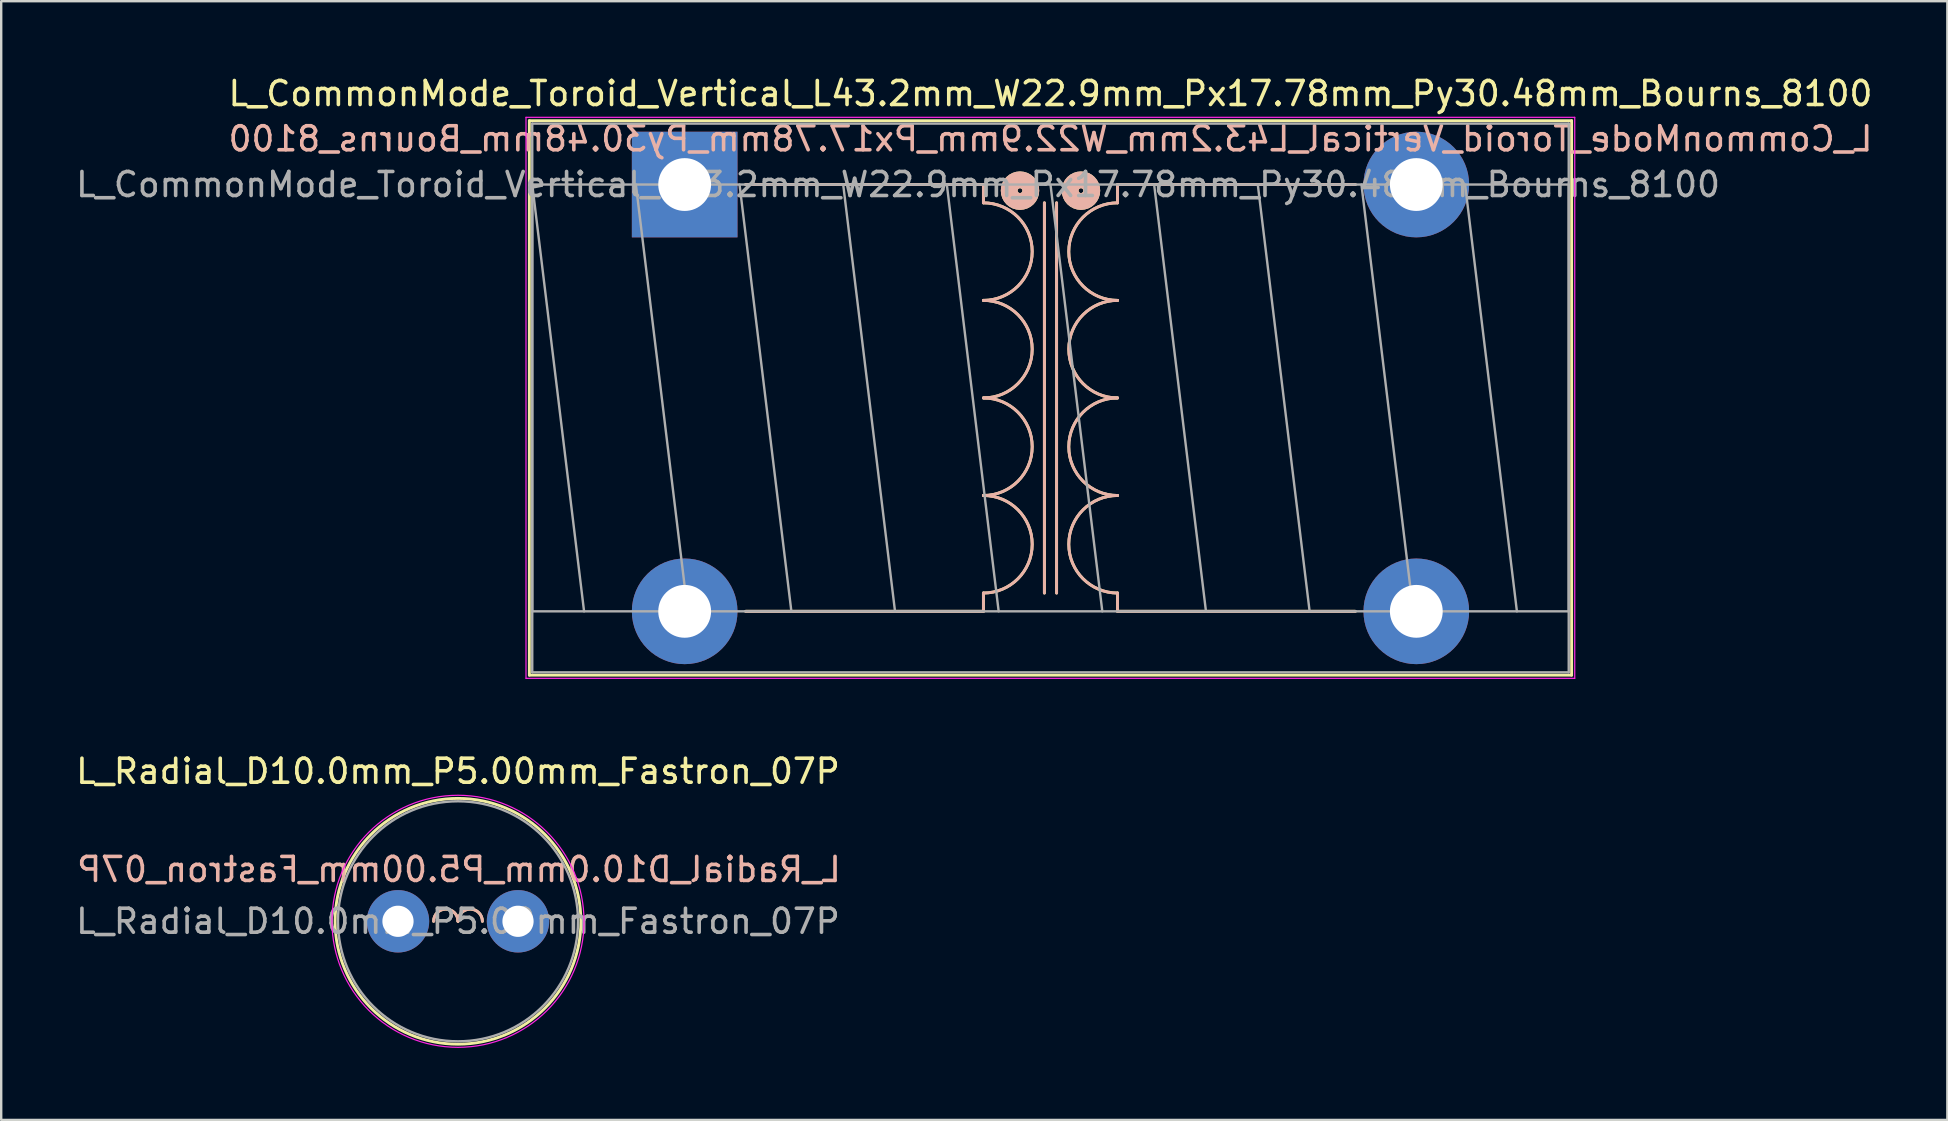
<source format=kicad_pcb>
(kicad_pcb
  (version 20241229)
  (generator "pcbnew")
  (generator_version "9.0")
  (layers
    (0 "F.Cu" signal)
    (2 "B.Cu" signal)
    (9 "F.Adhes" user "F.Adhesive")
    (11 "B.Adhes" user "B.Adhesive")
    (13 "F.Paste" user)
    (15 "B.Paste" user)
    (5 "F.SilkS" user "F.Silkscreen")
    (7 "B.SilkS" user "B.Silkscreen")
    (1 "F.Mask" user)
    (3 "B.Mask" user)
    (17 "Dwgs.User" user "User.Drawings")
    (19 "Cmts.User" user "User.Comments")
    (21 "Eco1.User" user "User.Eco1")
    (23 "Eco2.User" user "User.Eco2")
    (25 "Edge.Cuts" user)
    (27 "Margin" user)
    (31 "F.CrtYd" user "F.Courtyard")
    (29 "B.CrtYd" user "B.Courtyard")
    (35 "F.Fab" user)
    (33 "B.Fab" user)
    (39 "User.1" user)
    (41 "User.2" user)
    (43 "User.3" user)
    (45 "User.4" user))
  (footprint "L_Radial_D10.0mm_P5.00mm_Fastron_07P"
    (layer "F.Cu")
    (at 13.53 35.331)
    (property "Reference" "L_Radial_D10.0mm_P5.00mm_Fastron_07P" (at 2.5 -6.25 0) (layer "F.SilkS") (effects (font (size 1 1) (thickness 0.15))))
    (fp_arc (start 1.484 0) (mid 1.992 -0.508) (end 2.5 0) (stroke (width 0.12) (type solid)) (layer "F.SilkS"))
    (fp_arc (start 2.5 0) (mid 3.008 -0.508) (end 3.516 0) (stroke (width 0.12) (type solid)) (layer "F.SilkS"))
    (fp_circle (center 2.5 0) (end 7.62 0) (stroke (width 0.12) (type solid)) (fill no) (layer "F.SilkS"))
    (fp_arc (start 1.484 0) (mid 1.992 -0.508) (end 2.5 0) (stroke (width 0.12) (type solid)) (layer "B.SilkS"))
    (fp_arc (start 2.5 0) (mid 3.008 -0.508) (end 3.516 0) (stroke (width 0.12) (type solid)) (layer "B.SilkS"))
    (fp_circle (center 2.5 0) (end 7.75 0) (stroke (width 0.05) (type solid)) (fill no) (layer "F.CrtYd"))
    (fp_circle (center 2.5 0) (end 7.5 0) (stroke (width 0.1) (type solid)) (fill no) (layer "F.Fab"))
    (fp_text user "${REFERENCE}" (at 2.54 -2.159 0) (layer "B.SilkS") (effects (font (size 1 1) (thickness 0.15)) (justify mirror)))
    (fp_text user "${REFERENCE}" (at 2.5 0 0) (layer "F.Fab") (effects (font (size 1 1) (thickness 0.15))))
    (pad "1" thru_hole circle (at 0 0) (size 2.6 2.6) (drill 1.3) (layers "*.Cu" "*.Mask"))
    (pad "2" thru_hole circle (at 5 0) (size 2.6 2.6) (drill 1.3) (layers "*.Cu" "*.Mask")))
  (footprint "L_CommonMode_Toroid_Vertical_L43.2mm_W22.9mm_Px17.78mm_Py30.48mm_Bourns_8100"
    (layer "F.Cu")
    (at 25.473 4.638)
    (property "Reference" "L_CommonMode_Toroid_Vertical_L43.2mm_W22.9mm_Px17.78mm_Py30.48mm_Bourns_8100" (at 15.24 -3.79 0) (layer "F.SilkS") (effects (font (size 1 1) (thickness 0.15))))
    (fp_line (start -6.47 -2.66) (end -6.47 20.44) (stroke (width 0.12) (type solid)) (layer "F.SilkS"))
    (fp_line (start -6.47 -2.66) (end 36.95 -2.66) (stroke (width 0.12) (type solid)) (layer "F.SilkS"))
    (fp_line (start -6.47 20.44) (end 36.95 20.44) (stroke (width 0.12) (type solid)) (layer "F.SilkS"))
    (fp_line (start 12.446 0) (end 2.54 0) (stroke (width 0.12) (type solid)) (layer "F.SilkS"))
    (fp_line (start 12.446 0.762) (end 12.446 0) (stroke (width 0.12) (type solid)) (layer "F.SilkS"))
    (fp_line (start 12.446 17.78) (end 2.54 17.78) (stroke (width 0.12) (type solid)) (layer "F.SilkS"))
    (fp_line (start 12.446 17.78) (end 12.446 17.018) (stroke (width 0.12) (type solid)) (layer "F.SilkS"))
    (fp_line (start 14.986 17.018) (end 14.986 0.762) (stroke (width 0.12) (type solid)) (layer "F.SilkS"))
    (fp_line (start 15.494 17.018) (end 15.494 0.762) (stroke (width 0.12) (type solid)) (layer "F.SilkS"))
    (fp_line (start 18.034 0) (end 18.034 0.762) (stroke (width 0.12) (type solid)) (layer "F.SilkS"))
    (fp_line (start 18.034 0) (end 27.94 0) (stroke (width 0.12) (type solid)) (layer "F.SilkS"))
    (fp_line (start 18.034 17.018) (end 18.034 17.78) (stroke (width 0.12) (type solid)) (layer "F.SilkS"))
    (fp_line (start 18.034 17.78) (end 27.94 17.78) (stroke (width 0.12) (type solid)) (layer "F.SilkS"))
    (fp_line (start 36.95 -2.66) (end 36.95 20.44) (stroke (width 0.12) (type solid)) (layer "F.SilkS"))
    (fp_arc (start 12.446 0.762) (mid 14.478 2.794) (end 12.446 4.826) (stroke (width 0.12) (type solid)) (layer "F.SilkS"))
    (fp_arc (start 12.446 4.826) (mid 14.478 6.858) (end 12.446 8.89) (stroke (width 0.12) (type solid)) (layer "F.SilkS"))
    (fp_arc (start 12.446 8.89) (mid 14.478 10.922) (end 12.446 12.954) (stroke (width 0.12) (type solid)) (layer "F.SilkS"))
    (fp_arc (start 12.446 12.954) (mid 14.478 14.986) (end 12.446 17.018) (stroke (width 0.12) (type solid)) (layer "F.SilkS"))
    (fp_arc (start 18.034 4.826) (mid 16.002 2.794) (end 18.034 0.762) (stroke (width 0.12) (type solid)) (layer "F.SilkS"))
    (fp_arc (start 18.034 8.89) (mid 16.002 6.858) (end 18.034 4.826) (stroke (width 0.12) (type solid)) (layer "F.SilkS"))
    (fp_arc (start 18.034 12.954) (mid 16.002 10.922) (end 18.034 8.89) (stroke (width 0.12) (type solid)) (layer "F.SilkS"))
    (fp_arc (start 18.034 17.018) (mid 16.002 14.986) (end 18.034 12.954) (stroke (width 0.12) (type solid)) (layer "F.SilkS"))
    (fp_circle (center 13.97 0.254) (end 14.07 0.254) (stroke (width 0.7) (type solid)) (fill no) (layer "F.SilkS"))
    (fp_circle (center 16.51 0.254) (end 16.61 0.254) (stroke (width 0.7) (type solid)) (fill no) (layer "F.SilkS"))
    (fp_line (start 12.446 0) (end 2.54 0) (stroke (width 0.12) (type solid)) (layer "B.SilkS"))
    (fp_line (start 12.446 0) (end 12.446 0.762) (stroke (width 0.12) (type solid)) (layer "B.SilkS"))
    (fp_line (start 12.446 17.018) (end 12.446 17.78) (stroke (width 0.12) (type solid)) (layer "B.SilkS"))
    (fp_line (start 12.446 17.78) (end 2.54 17.78) (stroke (width 0.12) (type solid)) (layer "B.SilkS"))
    (fp_line (start 14.986 17.018) (end 14.986 0.762) (stroke (width 0.12) (type solid)) (layer "B.SilkS"))
    (fp_line (start 15.494 17.018) (end 15.494 0.762) (stroke (width 0.12) (type solid)) (layer "B.SilkS"))
    (fp_line (start 18.034 0) (end 27.94 0) (stroke (width 0.12) (type solid)) (layer "B.SilkS"))
    (fp_line (start 18.034 0.762) (end 18.034 0) (stroke (width 0.12) (type solid)) (layer "B.SilkS"))
    (fp_line (start 18.034 17.78) (end 18.034 17.018) (stroke (width 0.12) (type solid)) (layer "B.SilkS"))
    (fp_line (start 18.034 17.78) (end 27.94 17.78) (stroke (width 0.12) (type solid)) (layer "B.SilkS"))
    (fp_arc (start 12.446 0.762) (mid 14.478 2.794) (end 12.446 4.826) (stroke (width 0.12) (type solid)) (layer "B.SilkS"))
    (fp_arc (start 12.446 4.826) (mid 14.478 6.858) (end 12.446 8.89) (stroke (width 0.12) (type solid)) (layer "B.SilkS"))
    (fp_arc (start 12.446 8.89) (mid 14.478 10.922) (end 12.446 12.954) (stroke (width 0.12) (type solid)) (layer "B.SilkS"))
    (fp_arc (start 12.446 12.954) (mid 14.478 14.986) (end 12.446 17.018) (stroke (width 0.12) (type solid)) (layer "B.SilkS"))
    (fp_arc (start 18.034 4.826) (mid 16.002 2.794) (end 18.034 0.762) (stroke (width 0.12) (type solid)) (layer "B.SilkS"))
    (fp_arc (start 18.034 8.89) (mid 16.002 6.858) (end 18.034 4.826) (stroke (width 0.12) (type solid)) (layer "B.SilkS"))
    (fp_arc (start 18.034 12.954) (mid 16.002 10.922) (end 18.034 8.89) (stroke (width 0.12) (type solid)) (layer "B.SilkS"))
    (fp_arc (start 18.034 17.018) (mid 16.002 14.986) (end 18.034 12.954) (stroke (width 0.12) (type solid)) (layer "B.SilkS"))
    (fp_circle (center 13.97 0.254) (end 13.87 0.254) (stroke (width 0.7) (type solid)) (fill no) (layer "B.SilkS"))
    (fp_circle (center 16.51 0.254) (end 16.41 0.254) (stroke (width 0.7) (type solid)) (fill no) (layer "B.SilkS"))
    (fp_line (start -6.61 -2.8) (end -6.61 20.57) (stroke (width 0.05) (type solid)) (layer "F.CrtYd"))
    (fp_line (start -6.61 20.57) (end 37.08 20.57) (stroke (width 0.05) (type solid)) (layer "F.CrtYd"))
    (fp_line (start 37.08 -2.8) (end -6.61 -2.8) (stroke (width 0.05) (type solid)) (layer "F.CrtYd"))
    (fp_line (start 37.08 20.57) (end 37.08 -2.8) (stroke (width 0.05) (type solid)) (layer "F.CrtYd"))
    (fp_line (start -6.35 -2.54) (end -6.35 20.32) (stroke (width 0.1) (type solid)) (layer "F.Fab"))
    (fp_line (start -6.35 0) (end -6.35 17.78) (stroke (width 0.1) (type solid)) (layer "F.Fab"))
    (fp_line (start -6.35 0) (end -4.191 17.78) (stroke (width 0.1) (type solid)) (layer "F.Fab"))
    (fp_line (start -6.35 17.78) (end 36.83 17.78) (stroke (width 0.1) (type solid)) (layer "F.Fab"))
    (fp_line (start -6.35 20.32) (end 36.83 20.32) (stroke (width 0.1) (type solid)) (layer "F.Fab"))
    (fp_line (start -2.032 0) (end 0.127 17.78) (stroke (width 0.1) (type solid)) (layer "F.Fab"))
    (fp_line (start 2.286 0) (end 4.445 17.78) (stroke (width 0.1) (type solid)) (layer "F.Fab"))
    (fp_line (start 6.604 0) (end 8.763 17.78) (stroke (width 0.1) (type solid)) (layer "F.Fab"))
    (fp_line (start 10.922 0) (end 13.081 17.78) (stroke (width 0.1) (type solid)) (layer "F.Fab"))
    (fp_line (start 15.24 0) (end 17.399 17.78) (stroke (width 0.1) (type solid)) (layer "F.Fab"))
    (fp_line (start 19.558 0) (end 21.717 17.78) (stroke (width 0.1) (type solid)) (layer "F.Fab"))
    (fp_line (start 23.876 0) (end 26.035 17.78) (stroke (width 0.1) (type solid)) (layer "F.Fab"))
    (fp_line (start 28.194 0) (end 30.353 17.78) (stroke (width 0.1) (type solid)) (layer "F.Fab"))
    (fp_line (start 32.512 0) (end 34.671 17.78) (stroke (width 0.1) (type solid)) (layer "F.Fab"))
    (fp_line (start 36.83 -2.54) (end -6.35 -2.54) (stroke (width 0.1) (type solid)) (layer "F.Fab"))
    (fp_line (start 36.83 0) (end -6.35 0) (stroke (width 0.1) (type solid)) (layer "F.Fab"))
    (fp_line (start 36.83 17.78) (end 36.83 0) (stroke (width 0.1) (type solid)) (layer "F.Fab"))
    (fp_line (start 36.83 20.32) (end 36.83 -2.54) (stroke (width 0.1) (type solid)) (layer "F.Fab"))
    (fp_text user "${REFERENCE}" (at 15.24 -1.905 0) (layer "B.SilkS") (effects (font (size 1 1) (thickness 0.15)) (justify mirror)))
    (fp_text user "${REFERENCE}" (at 8.89 0 0) (layer "F.Fab") (effects (font (size 1 1) (thickness 0.15))))
    (pad "1" thru_hole rect (at 0 0) (size 4.4 4.4) (drill 2.2) (layers "*.Cu" "*.Mask"))
    (pad "2" thru_hole circle (at 0 17.78) (size 4.4 4.4) (drill 2.2) (layers "*.Cu" "*.Mask"))
    (pad "3" thru_hole circle (at 30.48 17.78) (size 4.4 4.4) (drill 2.2) (layers "*.Cu" "*.Mask"))
    (pad "4" thru_hole circle (at 30.48 0) (size 4.4 4.4) (drill 2.2) (layers "*.Cu" "*.Mask")))
  (gr_rect
    (start -3 -3)
    (end 78.076 43.606)
    (stroke (width 0.1) (type default))
    (fill no)
    (layer "Edge.Cuts")))
</source>
